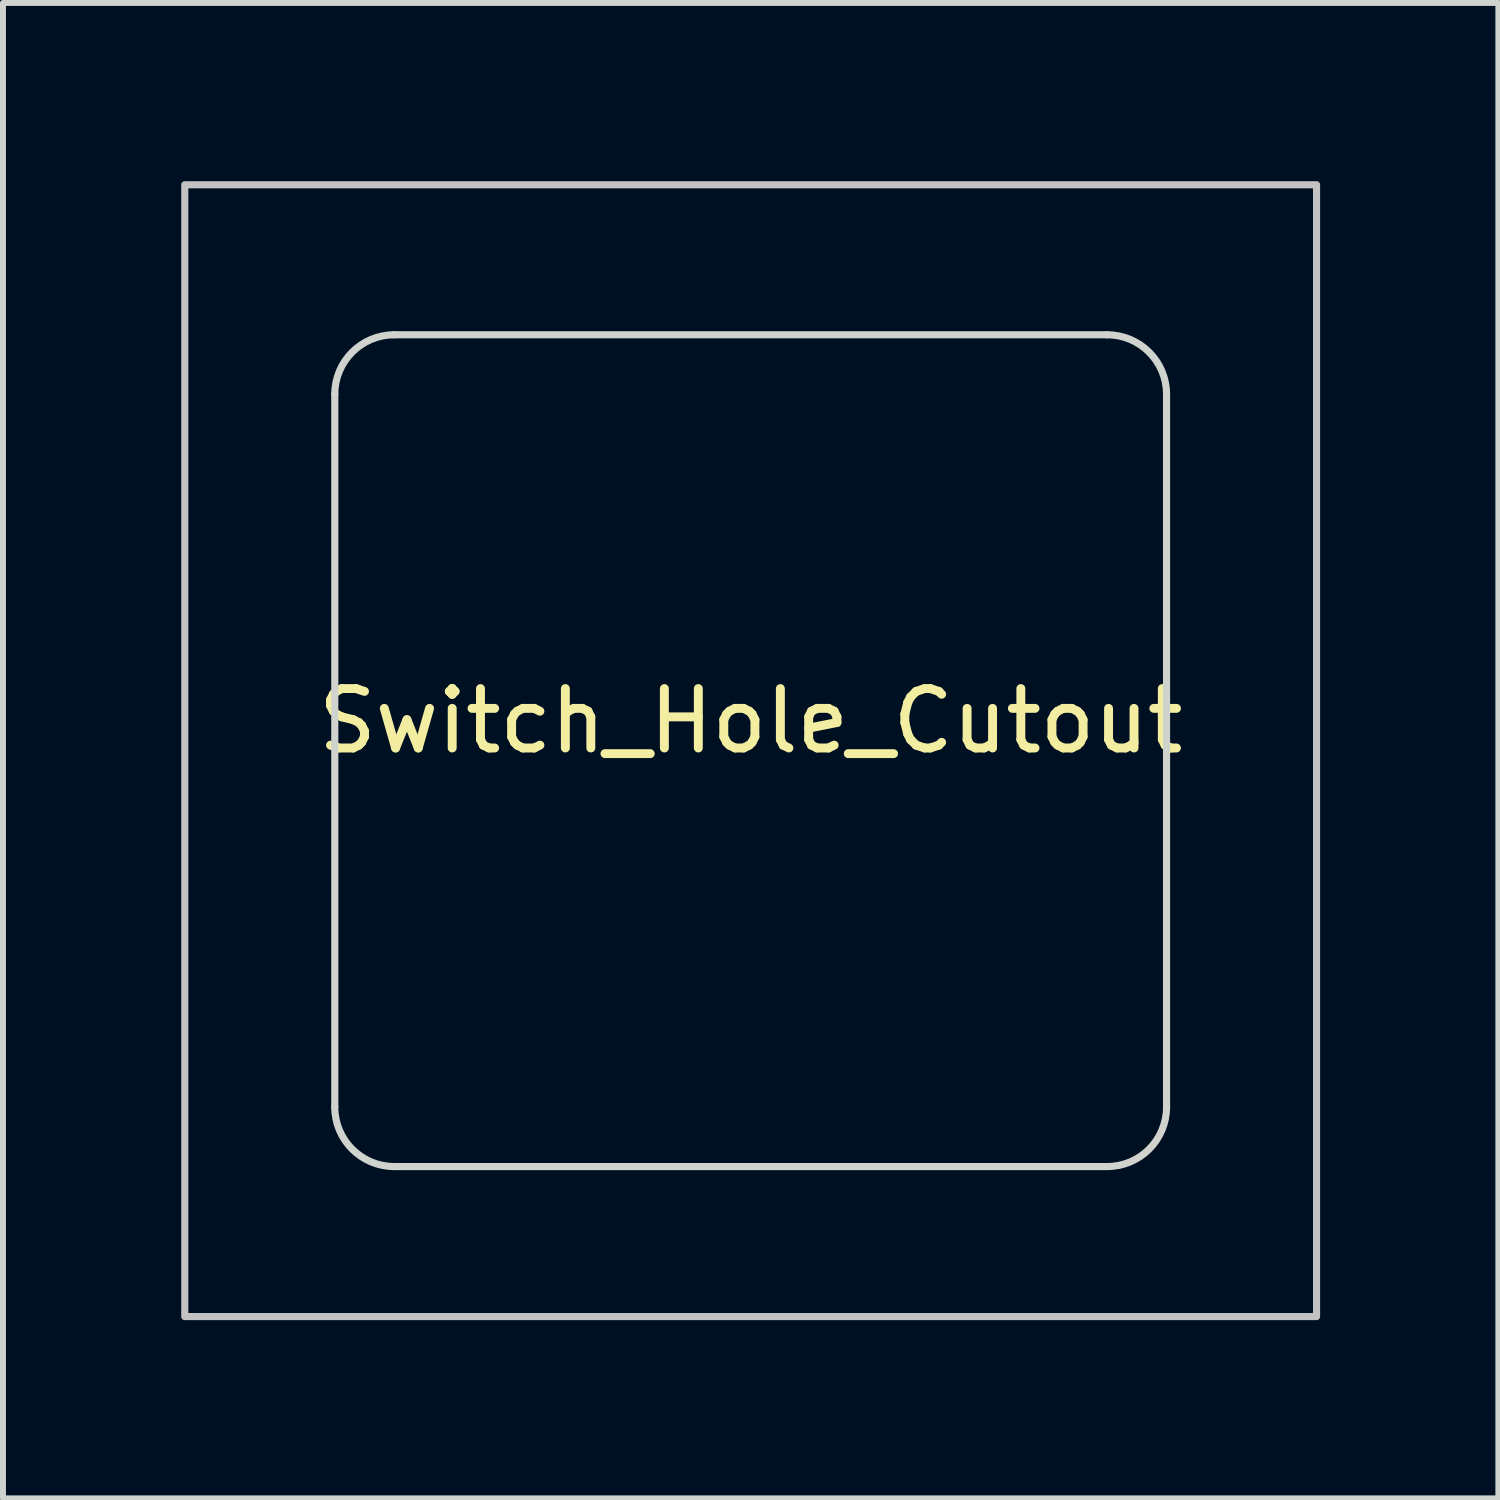
<source format=kicad_pcb>
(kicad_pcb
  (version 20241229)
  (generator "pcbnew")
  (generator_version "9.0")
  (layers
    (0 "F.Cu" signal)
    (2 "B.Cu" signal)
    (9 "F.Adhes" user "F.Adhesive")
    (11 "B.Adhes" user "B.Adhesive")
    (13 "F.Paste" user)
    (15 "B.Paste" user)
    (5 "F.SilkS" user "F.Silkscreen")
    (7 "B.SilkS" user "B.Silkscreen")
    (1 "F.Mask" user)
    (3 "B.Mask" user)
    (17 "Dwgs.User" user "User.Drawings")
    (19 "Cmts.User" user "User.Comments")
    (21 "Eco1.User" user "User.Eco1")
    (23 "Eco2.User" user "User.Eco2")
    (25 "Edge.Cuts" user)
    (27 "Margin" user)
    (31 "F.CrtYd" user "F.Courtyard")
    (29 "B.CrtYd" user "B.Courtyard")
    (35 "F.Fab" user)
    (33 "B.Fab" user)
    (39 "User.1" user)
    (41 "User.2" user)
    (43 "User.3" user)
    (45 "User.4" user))
  (footprint "Switch_Hole_Cutout"
    (layer "F.Cu")
    (at 9.585 9.585)
    (property "Reference" "Switch_Hole_Cutout" (at 0 -0.5 0) (unlocked yes) (layer "F.SilkS") (effects (font (size 1 1) (thickness 0.15))))
    (fp_rect (start -9.525 -9.525) (end 9.525 9.525) (stroke (width 0.12) (type solid)) (fill no) (layer "Dwgs.User"))
    (fp_line (start -7 6) (end -7 -6) (stroke (width 0.12) (type solid)) (layer "Edge.Cuts"))
    (fp_line (start -6 -7) (end 6 -7) (stroke (width 0.12) (type solid)) (layer "Edge.Cuts"))
    (fp_line (start -6 7) (end 6 7) (stroke (width 0.12) (type solid)) (layer "Edge.Cuts"))
    (fp_line (start 7 6) (end 7 -6) (stroke (width 0.12) (type solid)) (layer "Edge.Cuts"))
    (fp_arc (start -7 -6) (mid -6.707107 -6.707107) (end -6 -7) (stroke (width 0.12) (type solid)) (layer "Edge.Cuts"))
    (fp_arc (start -6 7) (mid -6.707107 6.707107) (end -7 6) (stroke (width 0.12) (type solid)) (layer "Edge.Cuts"))
    (fp_arc (start 6 -7) (mid 6.707107 -6.707107) (end 7 -6) (stroke (width 0.12) (type solid)) (layer "Edge.Cuts"))
    (fp_arc (start 7 6) (mid 6.707107 6.707107) (end 6 7) (stroke (width 0.12) (type solid)) (layer "Edge.Cuts")))
  (gr_rect
    (start -3 -3)
    (end 22.17 22.17)
    (stroke (width 0.1) (type default))
    (fill no)
    (layer "Edge.Cuts")))
</source>
